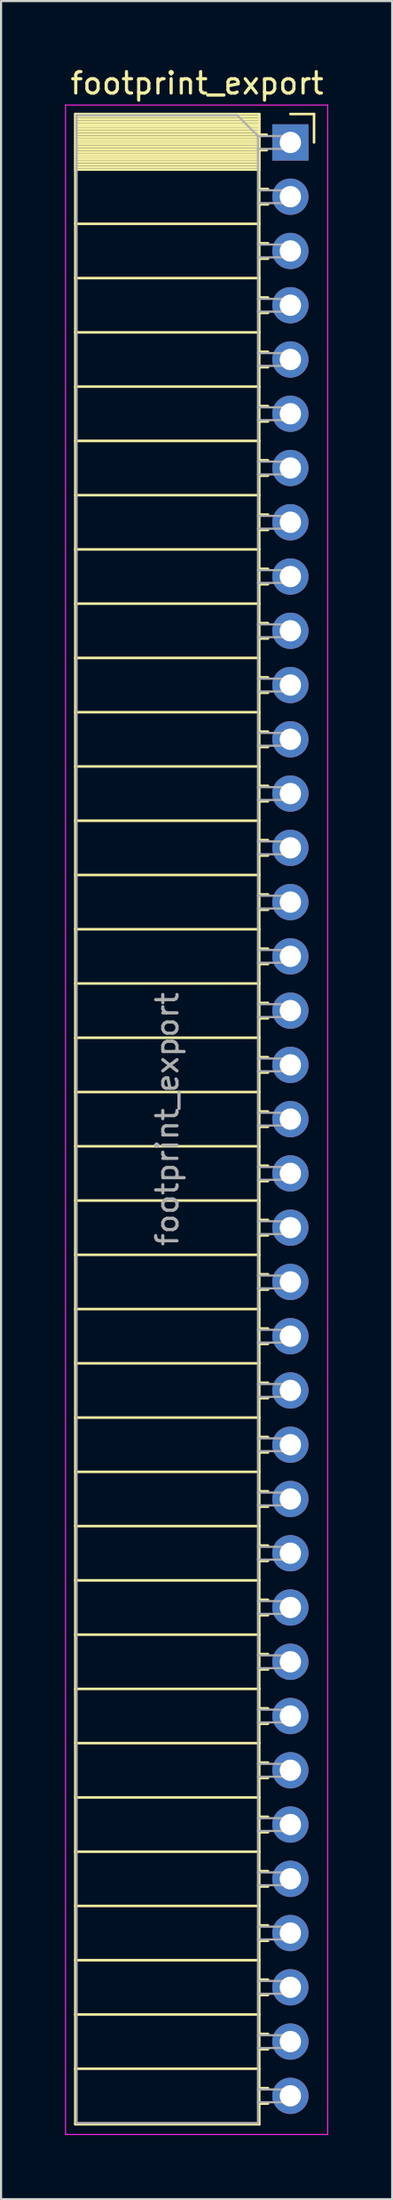
<source format=kicad_pcb>
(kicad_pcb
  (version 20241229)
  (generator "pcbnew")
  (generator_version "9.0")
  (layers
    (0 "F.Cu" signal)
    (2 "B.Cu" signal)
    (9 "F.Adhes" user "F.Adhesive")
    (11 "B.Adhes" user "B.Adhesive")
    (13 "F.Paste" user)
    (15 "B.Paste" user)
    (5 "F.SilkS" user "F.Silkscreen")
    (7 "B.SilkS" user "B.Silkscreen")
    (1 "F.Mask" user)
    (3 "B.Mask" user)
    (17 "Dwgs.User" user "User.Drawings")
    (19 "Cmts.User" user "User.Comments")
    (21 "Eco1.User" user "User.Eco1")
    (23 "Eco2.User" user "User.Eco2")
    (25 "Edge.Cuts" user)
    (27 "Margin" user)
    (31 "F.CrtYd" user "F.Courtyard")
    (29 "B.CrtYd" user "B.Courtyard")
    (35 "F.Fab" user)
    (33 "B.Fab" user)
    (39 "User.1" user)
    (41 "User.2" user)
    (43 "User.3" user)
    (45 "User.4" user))
  (footprint "footprint_export"
    (layer "F.Cu")
    (at 10.575 3.618)
    (property "Reference" "footprint_export" (at -4.38 -2.77 0) (layer "F.SilkS") (effects (font (size 1 1) (thickness 0.15))))
    (attr through_hole)
    (fp_line (start -10.09 -1.33) (end -10.09 92.77) (stroke (width 0.12) (type solid)) (layer "F.SilkS"))
    (fp_line (start -10.09 -1.33) (end -1.46 -1.33) (stroke (width 0.12) (type solid)) (layer "F.SilkS"))
    (fp_line (start -10.09 -1.21) (end -1.46 -1.21) (stroke (width 0.12) (type solid)) (layer "F.SilkS"))
    (fp_line (start -10.09 -1.092) (end -1.46 -1.092) (stroke (width 0.12) (type solid)) (layer "F.SilkS"))
    (fp_line (start -10.09 -0.974) (end -1.46 -0.974) (stroke (width 0.12) (type solid)) (layer "F.SilkS"))
    (fp_line (start -10.09 -0.856) (end -1.46 -0.856) (stroke (width 0.12) (type solid)) (layer "F.SilkS"))
    (fp_line (start -10.09 -0.738) (end -1.46 -0.738) (stroke (width 0.12) (type solid)) (layer "F.SilkS"))
    (fp_line (start -10.09 -0.62) (end -1.46 -0.62) (stroke (width 0.12) (type solid)) (layer "F.SilkS"))
    (fp_line (start -10.09 -0.501) (end -1.46 -0.501) (stroke (width 0.12) (type solid)) (layer "F.SilkS"))
    (fp_line (start -10.09 -0.383) (end -1.46 -0.383) (stroke (width 0.12) (type solid)) (layer "F.SilkS"))
    (fp_line (start -10.09 -0.265) (end -1.46 -0.265) (stroke (width 0.12) (type solid)) (layer "F.SilkS"))
    (fp_line (start -10.09 -0.147) (end -1.46 -0.147) (stroke (width 0.12) (type solid)) (layer "F.SilkS"))
    (fp_line (start -10.09 -0.029) (end -1.46 -0.029) (stroke (width 0.12) (type solid)) (layer "F.SilkS"))
    (fp_line (start -10.09 0.089) (end -1.46 0.089) (stroke (width 0.12) (type solid)) (layer "F.SilkS"))
    (fp_line (start -10.09 0.207) (end -1.46 0.207) (stroke (width 0.12) (type solid)) (layer "F.SilkS"))
    (fp_line (start -10.09 0.325) (end -1.46 0.325) (stroke (width 0.12) (type solid)) (layer "F.SilkS"))
    (fp_line (start -10.09 0.443) (end -1.46 0.443) (stroke (width 0.12) (type solid)) (layer "F.SilkS"))
    (fp_line (start -10.09 0.561) (end -1.46 0.561) (stroke (width 0.12) (type solid)) (layer "F.SilkS"))
    (fp_line (start -10.09 0.68) (end -1.46 0.68) (stroke (width 0.12) (type solid)) (layer "F.SilkS"))
    (fp_line (start -10.09 0.798) (end -1.46 0.798) (stroke (width 0.12) (type solid)) (layer "F.SilkS"))
    (fp_line (start -10.09 0.916) (end -1.46 0.916) (stroke (width 0.12) (type solid)) (layer "F.SilkS"))
    (fp_line (start -10.09 1.034) (end -1.46 1.034) (stroke (width 0.12) (type solid)) (layer "F.SilkS"))
    (fp_line (start -10.09 1.152) (end -1.46 1.152) (stroke (width 0.12) (type solid)) (layer "F.SilkS"))
    (fp_line (start -10.09 1.27) (end -1.46 1.27) (stroke (width 0.12) (type solid)) (layer "F.SilkS"))
    (fp_line (start -10.09 3.81) (end -1.46 3.81) (stroke (width 0.12) (type solid)) (layer "F.SilkS"))
    (fp_line (start -10.09 6.35) (end -1.46 6.35) (stroke (width 0.12) (type solid)) (layer "F.SilkS"))
    (fp_line (start -10.09 8.89) (end -1.46 8.89) (stroke (width 0.12) (type solid)) (layer "F.SilkS"))
    (fp_line (start -10.09 11.43) (end -1.46 11.43) (stroke (width 0.12) (type solid)) (layer "F.SilkS"))
    (fp_line (start -10.09 13.97) (end -1.46 13.97) (stroke (width 0.12) (type solid)) (layer "F.SilkS"))
    (fp_line (start -10.09 16.51) (end -1.46 16.51) (stroke (width 0.12) (type solid)) (layer "F.SilkS"))
    (fp_line (start -10.09 19.05) (end -1.46 19.05) (stroke (width 0.12) (type solid)) (layer "F.SilkS"))
    (fp_line (start -10.09 21.59) (end -1.46 21.59) (stroke (width 0.12) (type solid)) (layer "F.SilkS"))
    (fp_line (start -10.09 24.13) (end -1.46 24.13) (stroke (width 0.12) (type solid)) (layer "F.SilkS"))
    (fp_line (start -10.09 26.67) (end -1.46 26.67) (stroke (width 0.12) (type solid)) (layer "F.SilkS"))
    (fp_line (start -10.09 29.21) (end -1.46 29.21) (stroke (width 0.12) (type solid)) (layer "F.SilkS"))
    (fp_line (start -10.09 31.75) (end -1.46 31.75) (stroke (width 0.12) (type solid)) (layer "F.SilkS"))
    (fp_line (start -10.09 34.29) (end -1.46 34.29) (stroke (width 0.12) (type solid)) (layer "F.SilkS"))
    (fp_line (start -10.09 36.83) (end -1.46 36.83) (stroke (width 0.12) (type solid)) (layer "F.SilkS"))
    (fp_line (start -10.09 39.37) (end -1.46 39.37) (stroke (width 0.12) (type solid)) (layer "F.SilkS"))
    (fp_line (start -10.09 41.91) (end -1.46 41.91) (stroke (width 0.12) (type solid)) (layer "F.SilkS"))
    (fp_line (start -10.09 44.45) (end -1.46 44.45) (stroke (width 0.12) (type solid)) (layer "F.SilkS"))
    (fp_line (start -10.09 46.99) (end -1.46 46.99) (stroke (width 0.12) (type solid)) (layer "F.SilkS"))
    (fp_line (start -10.09 49.53) (end -1.46 49.53) (stroke (width 0.12) (type solid)) (layer "F.SilkS"))
    (fp_line (start -10.09 52.07) (end -1.46 52.07) (stroke (width 0.12) (type solid)) (layer "F.SilkS"))
    (fp_line (start -10.09 54.61) (end -1.46 54.61) (stroke (width 0.12) (type solid)) (layer "F.SilkS"))
    (fp_line (start -10.09 57.15) (end -1.46 57.15) (stroke (width 0.12) (type solid)) (layer "F.SilkS"))
    (fp_line (start -10.09 59.69) (end -1.46 59.69) (stroke (width 0.12) (type solid)) (layer "F.SilkS"))
    (fp_line (start -10.09 62.23) (end -1.46 62.23) (stroke (width 0.12) (type solid)) (layer "F.SilkS"))
    (fp_line (start -10.09 64.77) (end -1.46 64.77) (stroke (width 0.12) (type solid)) (layer "F.SilkS"))
    (fp_line (start -10.09 67.31) (end -1.46 67.31) (stroke (width 0.12) (type solid)) (layer "F.SilkS"))
    (fp_line (start -10.09 69.85) (end -1.46 69.85) (stroke (width 0.12) (type solid)) (layer "F.SilkS"))
    (fp_line (start -10.09 72.39) (end -1.46 72.39) (stroke (width 0.12) (type solid)) (layer "F.SilkS"))
    (fp_line (start -10.09 74.93) (end -1.46 74.93) (stroke (width 0.12) (type solid)) (layer "F.SilkS"))
    (fp_line (start -10.09 77.47) (end -1.46 77.47) (stroke (width 0.12) (type solid)) (layer "F.SilkS"))
    (fp_line (start -10.09 80.01) (end -1.46 80.01) (stroke (width 0.12) (type solid)) (layer "F.SilkS"))
    (fp_line (start -10.09 82.55) (end -1.46 82.55) (stroke (width 0.12) (type solid)) (layer "F.SilkS"))
    (fp_line (start -10.09 85.09) (end -1.46 85.09) (stroke (width 0.12) (type solid)) (layer "F.SilkS"))
    (fp_line (start -10.09 87.63) (end -1.46 87.63) (stroke (width 0.12) (type solid)) (layer "F.SilkS"))
    (fp_line (start -10.09 90.17) (end -1.46 90.17) (stroke (width 0.12) (type solid)) (layer "F.SilkS"))
    (fp_line (start -10.09 92.77) (end -1.46 92.77) (stroke (width 0.12) (type solid)) (layer "F.SilkS"))
    (fp_line (start -1.46 -1.33) (end -1.46 92.77) (stroke (width 0.12) (type solid)) (layer "F.SilkS"))
    (fp_line (start -1.46 -0.36) (end -1.11 -0.36) (stroke (width 0.12) (type solid)) (layer "F.SilkS"))
    (fp_line (start -1.46 0.36) (end -1.11 0.36) (stroke (width 0.12) (type solid)) (layer "F.SilkS"))
    (fp_line (start -1.46 2.18) (end -1.05 2.18) (stroke (width 0.12) (type solid)) (layer "F.SilkS"))
    (fp_line (start -1.46 2.9) (end -1.05 2.9) (stroke (width 0.12) (type solid)) (layer "F.SilkS"))
    (fp_line (start -1.46 4.72) (end -1.05 4.72) (stroke (width 0.12) (type solid)) (layer "F.SilkS"))
    (fp_line (start -1.46 5.44) (end -1.05 5.44) (stroke (width 0.12) (type solid)) (layer "F.SilkS"))
    (fp_line (start -1.46 7.26) (end -1.05 7.26) (stroke (width 0.12) (type solid)) (layer "F.SilkS"))
    (fp_line (start -1.46 7.98) (end -1.05 7.98) (stroke (width 0.12) (type solid)) (layer "F.SilkS"))
    (fp_line (start -1.46 9.8) (end -1.05 9.8) (stroke (width 0.12) (type solid)) (layer "F.SilkS"))
    (fp_line (start -1.46 10.52) (end -1.05 10.52) (stroke (width 0.12) (type solid)) (layer "F.SilkS"))
    (fp_line (start -1.46 12.34) (end -1.05 12.34) (stroke (width 0.12) (type solid)) (layer "F.SilkS"))
    (fp_line (start -1.46 13.06) (end -1.05 13.06) (stroke (width 0.12) (type solid)) (layer "F.SilkS"))
    (fp_line (start -1.46 14.88) (end -1.05 14.88) (stroke (width 0.12) (type solid)) (layer "F.SilkS"))
    (fp_line (start -1.46 15.6) (end -1.05 15.6) (stroke (width 0.12) (type solid)) (layer "F.SilkS"))
    (fp_line (start -1.46 17.42) (end -1.05 17.42) (stroke (width 0.12) (type solid)) (layer "F.SilkS"))
    (fp_line (start -1.46 18.14) (end -1.05 18.14) (stroke (width 0.12) (type solid)) (layer "F.SilkS"))
    (fp_line (start -1.46 19.96) (end -1.05 19.96) (stroke (width 0.12) (type solid)) (layer "F.SilkS"))
    (fp_line (start -1.46 20.68) (end -1.05 20.68) (stroke (width 0.12) (type solid)) (layer "F.SilkS"))
    (fp_line (start -1.46 22.5) (end -1.05 22.5) (stroke (width 0.12) (type solid)) (layer "F.SilkS"))
    (fp_line (start -1.46 23.22) (end -1.05 23.22) (stroke (width 0.12) (type solid)) (layer "F.SilkS"))
    (fp_line (start -1.46 25.04) (end -1.05 25.04) (stroke (width 0.12) (type solid)) (layer "F.SilkS"))
    (fp_line (start -1.46 25.76) (end -1.05 25.76) (stroke (width 0.12) (type solid)) (layer "F.SilkS"))
    (fp_line (start -1.46 27.58) (end -1.05 27.58) (stroke (width 0.12) (type solid)) (layer "F.SilkS"))
    (fp_line (start -1.46 28.3) (end -1.05 28.3) (stroke (width 0.12) (type solid)) (layer "F.SilkS"))
    (fp_line (start -1.46 30.12) (end -1.05 30.12) (stroke (width 0.12) (type solid)) (layer "F.SilkS"))
    (fp_line (start -1.46 30.84) (end -1.05 30.84) (stroke (width 0.12) (type solid)) (layer "F.SilkS"))
    (fp_line (start -1.46 32.66) (end -1.05 32.66) (stroke (width 0.12) (type solid)) (layer "F.SilkS"))
    (fp_line (start -1.46 33.38) (end -1.05 33.38) (stroke (width 0.12) (type solid)) (layer "F.SilkS"))
    (fp_line (start -1.46 35.2) (end -1.05 35.2) (stroke (width 0.12) (type solid)) (layer "F.SilkS"))
    (fp_line (start -1.46 35.92) (end -1.05 35.92) (stroke (width 0.12) (type solid)) (layer "F.SilkS"))
    (fp_line (start -1.46 37.74) (end -1.05 37.74) (stroke (width 0.12) (type solid)) (layer "F.SilkS"))
    (fp_line (start -1.46 38.46) (end -1.05 38.46) (stroke (width 0.12) (type solid)) (layer "F.SilkS"))
    (fp_line (start -1.46 40.28) (end -1.05 40.28) (stroke (width 0.12) (type solid)) (layer "F.SilkS"))
    (fp_line (start -1.46 41) (end -1.05 41) (stroke (width 0.12) (type solid)) (layer "F.SilkS"))
    (fp_line (start -1.46 42.82) (end -1.05 42.82) (stroke (width 0.12) (type solid)) (layer "F.SilkS"))
    (fp_line (start -1.46 43.54) (end -1.05 43.54) (stroke (width 0.12) (type solid)) (layer "F.SilkS"))
    (fp_line (start -1.46 45.36) (end -1.05 45.36) (stroke (width 0.12) (type solid)) (layer "F.SilkS"))
    (fp_line (start -1.46 46.08) (end -1.05 46.08) (stroke (width 0.12) (type solid)) (layer "F.SilkS"))
    (fp_line (start -1.46 47.9) (end -1.05 47.9) (stroke (width 0.12) (type solid)) (layer "F.SilkS"))
    (fp_line (start -1.46 48.62) (end -1.05 48.62) (stroke (width 0.12) (type solid)) (layer "F.SilkS"))
    (fp_line (start -1.46 50.44) (end -1.05 50.44) (stroke (width 0.12) (type solid)) (layer "F.SilkS"))
    (fp_line (start -1.46 51.16) (end -1.05 51.16) (stroke (width 0.12) (type solid)) (layer "F.SilkS"))
    (fp_line (start -1.46 52.98) (end -1.05 52.98) (stroke (width 0.12) (type solid)) (layer "F.SilkS"))
    (fp_line (start -1.46 53.7) (end -1.05 53.7) (stroke (width 0.12) (type solid)) (layer "F.SilkS"))
    (fp_line (start -1.46 55.52) (end -1.05 55.52) (stroke (width 0.12) (type solid)) (layer "F.SilkS"))
    (fp_line (start -1.46 56.24) (end -1.05 56.24) (stroke (width 0.12) (type solid)) (layer "F.SilkS"))
    (fp_line (start -1.46 58.06) (end -1.05 58.06) (stroke (width 0.12) (type solid)) (layer "F.SilkS"))
    (fp_line (start -1.46 58.78) (end -1.05 58.78) (stroke (width 0.12) (type solid)) (layer "F.SilkS"))
    (fp_line (start -1.46 60.6) (end -1.05 60.6) (stroke (width 0.12) (type solid)) (layer "F.SilkS"))
    (fp_line (start -1.46 61.32) (end -1.05 61.32) (stroke (width 0.12) (type solid)) (layer "F.SilkS"))
    (fp_line (start -1.46 63.14) (end -1.05 63.14) (stroke (width 0.12) (type solid)) (layer "F.SilkS"))
    (fp_line (start -1.46 63.86) (end -1.05 63.86) (stroke (width 0.12) (type solid)) (layer "F.SilkS"))
    (fp_line (start -1.46 65.68) (end -1.05 65.68) (stroke (width 0.12) (type solid)) (layer "F.SilkS"))
    (fp_line (start -1.46 66.4) (end -1.05 66.4) (stroke (width 0.12) (type solid)) (layer "F.SilkS"))
    (fp_line (start -1.46 68.22) (end -1.05 68.22) (stroke (width 0.12) (type solid)) (layer "F.SilkS"))
    (fp_line (start -1.46 68.94) (end -1.05 68.94) (stroke (width 0.12) (type solid)) (layer "F.SilkS"))
    (fp_line (start -1.46 70.76) (end -1.05 70.76) (stroke (width 0.12) (type solid)) (layer "F.SilkS"))
    (fp_line (start -1.46 71.48) (end -1.05 71.48) (stroke (width 0.12) (type solid)) (layer "F.SilkS"))
    (fp_line (start -1.46 73.3) (end -1.05 73.3) (stroke (width 0.12) (type solid)) (layer "F.SilkS"))
    (fp_line (start -1.46 74.02) (end -1.05 74.02) (stroke (width 0.12) (type solid)) (layer "F.SilkS"))
    (fp_line (start -1.46 75.84) (end -1.05 75.84) (stroke (width 0.12) (type solid)) (layer "F.SilkS"))
    (fp_line (start -1.46 76.56) (end -1.05 76.56) (stroke (width 0.12) (type solid)) (layer "F.SilkS"))
    (fp_line (start -1.46 78.38) (end -1.05 78.38) (stroke (width 0.12) (type solid)) (layer "F.SilkS"))
    (fp_line (start -1.46 79.1) (end -1.05 79.1) (stroke (width 0.12) (type solid)) (layer "F.SilkS"))
    (fp_line (start -1.46 80.92) (end -1.05 80.92) (stroke (width 0.12) (type solid)) (layer "F.SilkS"))
    (fp_line (start -1.46 81.64) (end -1.05 81.64) (stroke (width 0.12) (type solid)) (layer "F.SilkS"))
    (fp_line (start -1.46 83.46) (end -1.05 83.46) (stroke (width 0.12) (type solid)) (layer "F.SilkS"))
    (fp_line (start -1.46 84.18) (end -1.05 84.18) (stroke (width 0.12) (type solid)) (layer "F.SilkS"))
    (fp_line (start -1.46 86) (end -1.05 86) (stroke (width 0.12) (type solid)) (layer "F.SilkS"))
    (fp_line (start -1.46 86.72) (end -1.05 86.72) (stroke (width 0.12) (type solid)) (layer "F.SilkS"))
    (fp_line (start -1.46 88.54) (end -1.05 88.54) (stroke (width 0.12) (type solid)) (layer "F.SilkS"))
    (fp_line (start -1.46 89.26) (end -1.05 89.26) (stroke (width 0.12) (type solid)) (layer "F.SilkS"))
    (fp_line (start -1.46 91.08) (end -1.05 91.08) (stroke (width 0.12) (type solid)) (layer "F.SilkS"))
    (fp_line (start -1.46 91.8) (end -1.05 91.8) (stroke (width 0.12) (type solid)) (layer "F.SilkS"))
    (fp_line (start 0 -1.33) (end 1.11 -1.33) (stroke (width 0.12) (type solid)) (layer "F.SilkS"))
    (fp_line (start 1.11 -1.33) (end 1.11 0) (stroke (width 0.12) (type solid)) (layer "F.SilkS"))
    (fp_line (start -10.55 -1.75) (end -10.55 93.25) (stroke (width 0.05) (type solid)) (layer "F.CrtYd"))
    (fp_line (start -10.55 93.25) (end 1.75 93.25) (stroke (width 0.05) (type solid)) (layer "F.CrtYd"))
    (fp_line (start 1.75 -1.75) (end -10.55 -1.75) (stroke (width 0.05) (type solid)) (layer "F.CrtYd"))
    (fp_line (start 1.75 93.25) (end 1.75 -1.75) (stroke (width 0.05) (type solid)) (layer "F.CrtYd"))
    (fp_line (start -10.03 -1.27) (end -2.49 -1.27) (stroke (width 0.1) (type solid)) (layer "F.Fab"))
    (fp_line (start -10.03 92.71) (end -10.03 -1.27) (stroke (width 0.1) (type solid)) (layer "F.Fab"))
    (fp_line (start -2.49 -1.27) (end -1.52 -0.3) (stroke (width 0.1) (type solid)) (layer "F.Fab"))
    (fp_line (start -1.52 -0.3) (end -1.52 92.71) (stroke (width 0.1) (type solid)) (layer "F.Fab"))
    (fp_line (start -1.52 0.3) (end 0 0.3) (stroke (width 0.1) (type solid)) (layer "F.Fab"))
    (fp_line (start -1.52 2.84) (end 0 2.84) (stroke (width 0.1) (type solid)) (layer "F.Fab"))
    (fp_line (start -1.52 5.38) (end 0 5.38) (stroke (width 0.1) (type solid)) (layer "F.Fab"))
    (fp_line (start -1.52 7.92) (end 0 7.92) (stroke (width 0.1) (type solid)) (layer "F.Fab"))
    (fp_line (start -1.52 10.46) (end 0 10.46) (stroke (width 0.1) (type solid)) (layer "F.Fab"))
    (fp_line (start -1.52 13) (end 0 13) (stroke (width 0.1) (type solid)) (layer "F.Fab"))
    (fp_line (start -1.52 15.54) (end 0 15.54) (stroke (width 0.1) (type solid)) (layer "F.Fab"))
    (fp_line (start -1.52 18.08) (end 0 18.08) (stroke (width 0.1) (type solid)) (layer "F.Fab"))
    (fp_line (start -1.52 20.62) (end 0 20.62) (stroke (width 0.1) (type solid)) (layer "F.Fab"))
    (fp_line (start -1.52 23.16) (end 0 23.16) (stroke (width 0.1) (type solid)) (layer "F.Fab"))
    (fp_line (start -1.52 25.7) (end 0 25.7) (stroke (width 0.1) (type solid)) (layer "F.Fab"))
    (fp_line (start -1.52 28.24) (end 0 28.24) (stroke (width 0.1) (type solid)) (layer "F.Fab"))
    (fp_line (start -1.52 30.78) (end 0 30.78) (stroke (width 0.1) (type solid)) (layer "F.Fab"))
    (fp_line (start -1.52 33.32) (end 0 33.32) (stroke (width 0.1) (type solid)) (layer "F.Fab"))
    (fp_line (start -1.52 35.86) (end 0 35.86) (stroke (width 0.1) (type solid)) (layer "F.Fab"))
    (fp_line (start -1.52 38.4) (end 0 38.4) (stroke (width 0.1) (type solid)) (layer "F.Fab"))
    (fp_line (start -1.52 40.94) (end 0 40.94) (stroke (width 0.1) (type solid)) (layer "F.Fab"))
    (fp_line (start -1.52 43.48) (end 0 43.48) (stroke (width 0.1) (type solid)) (layer "F.Fab"))
    (fp_line (start -1.52 46.02) (end 0 46.02) (stroke (width 0.1) (type solid)) (layer "F.Fab"))
    (fp_line (start -1.52 48.56) (end 0 48.56) (stroke (width 0.1) (type solid)) (layer "F.Fab"))
    (fp_line (start -1.52 51.1) (end 0 51.1) (stroke (width 0.1) (type solid)) (layer "F.Fab"))
    (fp_line (start -1.52 53.64) (end 0 53.64) (stroke (width 0.1) (type solid)) (layer "F.Fab"))
    (fp_line (start -1.52 56.18) (end 0 56.18) (stroke (width 0.1) (type solid)) (layer "F.Fab"))
    (fp_line (start -1.52 58.72) (end 0 58.72) (stroke (width 0.1) (type solid)) (layer "F.Fab"))
    (fp_line (start -1.52 61.26) (end 0 61.26) (stroke (width 0.1) (type solid)) (layer "F.Fab"))
    (fp_line (start -1.52 63.8) (end 0 63.8) (stroke (width 0.1) (type solid)) (layer "F.Fab"))
    (fp_line (start -1.52 66.34) (end 0 66.34) (stroke (width 0.1) (type solid)) (layer "F.Fab"))
    (fp_line (start -1.52 68.88) (end 0 68.88) (stroke (width 0.1) (type solid)) (layer "F.Fab"))
    (fp_line (start -1.52 71.42) (end 0 71.42) (stroke (width 0.1) (type solid)) (layer "F.Fab"))
    (fp_line (start -1.52 73.96) (end 0 73.96) (stroke (width 0.1) (type solid)) (layer "F.Fab"))
    (fp_line (start -1.52 76.5) (end 0 76.5) (stroke (width 0.1) (type solid)) (layer "F.Fab"))
    (fp_line (start -1.52 79.04) (end 0 79.04) (stroke (width 0.1) (type solid)) (layer "F.Fab"))
    (fp_line (start -1.52 81.58) (end 0 81.58) (stroke (width 0.1) (type solid)) (layer "F.Fab"))
    (fp_line (start -1.52 84.12) (end 0 84.12) (stroke (width 0.1) (type solid)) (layer "F.Fab"))
    (fp_line (start -1.52 86.66) (end 0 86.66) (stroke (width 0.1) (type solid)) (layer "F.Fab"))
    (fp_line (start -1.52 89.2) (end 0 89.2) (stroke (width 0.1) (type solid)) (layer "F.Fab"))
    (fp_line (start -1.52 91.74) (end 0 91.74) (stroke (width 0.1) (type solid)) (layer "F.Fab"))
    (fp_line (start -1.52 92.71) (end -10.03 92.71) (stroke (width 0.1) (type solid)) (layer "F.Fab"))
    (fp_line (start 0 -0.3) (end -1.52 -0.3) (stroke (width 0.1) (type solid)) (layer "F.Fab"))
    (fp_line (start 0 0.3) (end 0 -0.3) (stroke (width 0.1) (type solid)) (layer "F.Fab"))
    (fp_line (start 0 2.24) (end -1.52 2.24) (stroke (width 0.1) (type solid)) (layer "F.Fab"))
    (fp_line (start 0 2.84) (end 0 2.24) (stroke (width 0.1) (type solid)) (layer "F.Fab"))
    (fp_line (start 0 4.78) (end -1.52 4.78) (stroke (width 0.1) (type solid)) (layer "F.Fab"))
    (fp_line (start 0 5.38) (end 0 4.78) (stroke (width 0.1) (type solid)) (layer "F.Fab"))
    (fp_line (start 0 7.32) (end -1.52 7.32) (stroke (width 0.1) (type solid)) (layer "F.Fab"))
    (fp_line (start 0 7.92) (end 0 7.32) (stroke (width 0.1) (type solid)) (layer "F.Fab"))
    (fp_line (start 0 9.86) (end -1.52 9.86) (stroke (width 0.1) (type solid)) (layer "F.Fab"))
    (fp_line (start 0 10.46) (end 0 9.86) (stroke (width 0.1) (type solid)) (layer "F.Fab"))
    (fp_line (start 0 12.4) (end -1.52 12.4) (stroke (width 0.1) (type solid)) (layer "F.Fab"))
    (fp_line (start 0 13) (end 0 12.4) (stroke (width 0.1) (type solid)) (layer "F.Fab"))
    (fp_line (start 0 14.94) (end -1.52 14.94) (stroke (width 0.1) (type solid)) (layer "F.Fab"))
    (fp_line (start 0 15.54) (end 0 14.94) (stroke (width 0.1) (type solid)) (layer "F.Fab"))
    (fp_line (start 0 17.48) (end -1.52 17.48) (stroke (width 0.1) (type solid)) (layer "F.Fab"))
    (fp_line (start 0 18.08) (end 0 17.48) (stroke (width 0.1) (type solid)) (layer "F.Fab"))
    (fp_line (start 0 20.02) (end -1.52 20.02) (stroke (width 0.1) (type solid)) (layer "F.Fab"))
    (fp_line (start 0 20.62) (end 0 20.02) (stroke (width 0.1) (type solid)) (layer "F.Fab"))
    (fp_line (start 0 22.56) (end -1.52 22.56) (stroke (width 0.1) (type solid)) (layer "F.Fab"))
    (fp_line (start 0 23.16) (end 0 22.56) (stroke (width 0.1) (type solid)) (layer "F.Fab"))
    (fp_line (start 0 25.1) (end -1.52 25.1) (stroke (width 0.1) (type solid)) (layer "F.Fab"))
    (fp_line (start 0 25.7) (end 0 25.1) (stroke (width 0.1) (type solid)) (layer "F.Fab"))
    (fp_line (start 0 27.64) (end -1.52 27.64) (stroke (width 0.1) (type solid)) (layer "F.Fab"))
    (fp_line (start 0 28.24) (end 0 27.64) (stroke (width 0.1) (type solid)) (layer "F.Fab"))
    (fp_line (start 0 30.18) (end -1.52 30.18) (stroke (width 0.1) (type solid)) (layer "F.Fab"))
    (fp_line (start 0 30.78) (end 0 30.18) (stroke (width 0.1) (type solid)) (layer "F.Fab"))
    (fp_line (start 0 32.72) (end -1.52 32.72) (stroke (width 0.1) (type solid)) (layer "F.Fab"))
    (fp_line (start 0 33.32) (end 0 32.72) (stroke (width 0.1) (type solid)) (layer "F.Fab"))
    (fp_line (start 0 35.26) (end -1.52 35.26) (stroke (width 0.1) (type solid)) (layer "F.Fab"))
    (fp_line (start 0 35.86) (end 0 35.26) (stroke (width 0.1) (type solid)) (layer "F.Fab"))
    (fp_line (start 0 37.8) (end -1.52 37.8) (stroke (width 0.1) (type solid)) (layer "F.Fab"))
    (fp_line (start 0 38.4) (end 0 37.8) (stroke (width 0.1) (type solid)) (layer "F.Fab"))
    (fp_line (start 0 40.34) (end -1.52 40.34) (stroke (width 0.1) (type solid)) (layer "F.Fab"))
    (fp_line (start 0 40.94) (end 0 40.34) (stroke (width 0.1) (type solid)) (layer "F.Fab"))
    (fp_line (start 0 42.88) (end -1.52 42.88) (stroke (width 0.1) (type solid)) (layer "F.Fab"))
    (fp_line (start 0 43.48) (end 0 42.88) (stroke (width 0.1) (type solid)) (layer "F.Fab"))
    (fp_line (start 0 45.42) (end -1.52 45.42) (stroke (width 0.1) (type solid)) (layer "F.Fab"))
    (fp_line (start 0 46.02) (end 0 45.42) (stroke (width 0.1) (type solid)) (layer "F.Fab"))
    (fp_line (start 0 47.96) (end -1.52 47.96) (stroke (width 0.1) (type solid)) (layer "F.Fab"))
    (fp_line (start 0 48.56) (end 0 47.96) (stroke (width 0.1) (type solid)) (layer "F.Fab"))
    (fp_line (start 0 50.5) (end -1.52 50.5) (stroke (width 0.1) (type solid)) (layer "F.Fab"))
    (fp_line (start 0 51.1) (end 0 50.5) (stroke (width 0.1) (type solid)) (layer "F.Fab"))
    (fp_line (start 0 53.04) (end -1.52 53.04) (stroke (width 0.1) (type solid)) (layer "F.Fab"))
    (fp_line (start 0 53.64) (end 0 53.04) (stroke (width 0.1) (type solid)) (layer "F.Fab"))
    (fp_line (start 0 55.58) (end -1.52 55.58) (stroke (width 0.1) (type solid)) (layer "F.Fab"))
    (fp_line (start 0 56.18) (end 0 55.58) (stroke (width 0.1) (type solid)) (layer "F.Fab"))
    (fp_line (start 0 58.12) (end -1.52 58.12) (stroke (width 0.1) (type solid)) (layer "F.Fab"))
    (fp_line (start 0 58.72) (end 0 58.12) (stroke (width 0.1) (type solid)) (layer "F.Fab"))
    (fp_line (start 0 60.66) (end -1.52 60.66) (stroke (width 0.1) (type solid)) (layer "F.Fab"))
    (fp_line (start 0 61.26) (end 0 60.66) (stroke (width 0.1) (type solid)) (layer "F.Fab"))
    (fp_line (start 0 63.2) (end -1.52 63.2) (stroke (width 0.1) (type solid)) (layer "F.Fab"))
    (fp_line (start 0 63.8) (end 0 63.2) (stroke (width 0.1) (type solid)) (layer "F.Fab"))
    (fp_line (start 0 65.74) (end -1.52 65.74) (stroke (width 0.1) (type solid)) (layer "F.Fab"))
    (fp_line (start 0 66.34) (end 0 65.74) (stroke (width 0.1) (type solid)) (layer "F.Fab"))
    (fp_line (start 0 68.28) (end -1.52 68.28) (stroke (width 0.1) (type solid)) (layer "F.Fab"))
    (fp_line (start 0 68.88) (end 0 68.28) (stroke (width 0.1) (type solid)) (layer "F.Fab"))
    (fp_line (start 0 70.82) (end -1.52 70.82) (stroke (width 0.1) (type solid)) (layer "F.Fab"))
    (fp_line (start 0 71.42) (end 0 70.82) (stroke (width 0.1) (type solid)) (layer "F.Fab"))
    (fp_line (start 0 73.36) (end -1.52 73.36) (stroke (width 0.1) (type solid)) (layer "F.Fab"))
    (fp_line (start 0 73.96) (end 0 73.36) (stroke (width 0.1) (type solid)) (layer "F.Fab"))
    (fp_line (start 0 75.9) (end -1.52 75.9) (stroke (width 0.1) (type solid)) (layer "F.Fab"))
    (fp_line (start 0 76.5) (end 0 75.9) (stroke (width 0.1) (type solid)) (layer "F.Fab"))
    (fp_line (start 0 78.44) (end -1.52 78.44) (stroke (width 0.1) (type solid)) (layer "F.Fab"))
    (fp_line (start 0 79.04) (end 0 78.44) (stroke (width 0.1) (type solid)) (layer "F.Fab"))
    (fp_line (start 0 80.98) (end -1.52 80.98) (stroke (width 0.1) (type solid)) (layer "F.Fab"))
    (fp_line (start 0 81.58) (end 0 80.98) (stroke (width 0.1) (type solid)) (layer "F.Fab"))
    (fp_line (start 0 83.52) (end -1.52 83.52) (stroke (width 0.1) (type solid)) (layer "F.Fab"))
    (fp_line (start 0 84.12) (end 0 83.52) (stroke (width 0.1) (type solid)) (layer "F.Fab"))
    (fp_line (start 0 86.06) (end -1.52 86.06) (stroke (width 0.1) (type solid)) (layer "F.Fab"))
    (fp_line (start 0 86.66) (end 0 86.06) (stroke (width 0.1) (type solid)) (layer "F.Fab"))
    (fp_line (start 0 88.6) (end -1.52 88.6) (stroke (width 0.1) (type solid)) (layer "F.Fab"))
    (fp_line (start 0 89.2) (end 0 88.6) (stroke (width 0.1) (type solid)) (layer "F.Fab"))
    (fp_line (start 0 91.14) (end -1.52 91.14) (stroke (width 0.1) (type solid)) (layer "F.Fab"))
    (fp_line (start 0 91.74) (end 0 91.14) (stroke (width 0.1) (type solid)) (layer "F.Fab"))
    (fp_text user "${REFERENCE}" (at -5.775 45.72 90) (layer "F.Fab") (effects (font (size 1 1) (thickness 0.15))))
    (pad "1" thru_hole rect (at 0 0) (size 1.7 1.7) (drill 1) (layers "*.Cu" "*.Mask"))
    (pad "2" thru_hole oval (at 0 2.54) (size 1.7 1.7) (drill 1) (layers "*.Cu" "*.Mask"))
    (pad "3" thru_hole oval (at 0 5.08) (size 1.7 1.7) (drill 1) (layers "*.Cu" "*.Mask"))
    (pad "4" thru_hole oval (at 0 7.62) (size 1.7 1.7) (drill 1) (layers "*.Cu" "*.Mask"))
    (pad "5" thru_hole oval (at 0 10.16) (size 1.7 1.7) (drill 1) (layers "*.Cu" "*.Mask"))
    (pad "6" thru_hole oval (at 0 12.7) (size 1.7 1.7) (drill 1) (layers "*.Cu" "*.Mask"))
    (pad "7" thru_hole oval (at 0 15.24) (size 1.7 1.7) (drill 1) (layers "*.Cu" "*.Mask"))
    (pad "8" thru_hole oval (at 0 17.78) (size 1.7 1.7) (drill 1) (layers "*.Cu" "*.Mask"))
    (pad "9" thru_hole oval (at 0 20.32) (size 1.7 1.7) (drill 1) (layers "*.Cu" "*.Mask"))
    (pad "10" thru_hole oval (at 0 22.86) (size 1.7 1.7) (drill 1) (layers "*.Cu" "*.Mask"))
    (pad "11" thru_hole oval (at 0 25.4) (size 1.7 1.7) (drill 1) (layers "*.Cu" "*.Mask"))
    (pad "12" thru_hole oval (at 0 27.94) (size 1.7 1.7) (drill 1) (layers "*.Cu" "*.Mask"))
    (pad "13" thru_hole oval (at 0 30.48) (size 1.7 1.7) (drill 1) (layers "*.Cu" "*.Mask"))
    (pad "14" thru_hole oval (at 0 33.02) (size 1.7 1.7) (drill 1) (layers "*.Cu" "*.Mask"))
    (pad "15" thru_hole oval (at 0 35.56) (size 1.7 1.7) (drill 1) (layers "*.Cu" "*.Mask"))
    (pad "16" thru_hole oval (at 0 38.1) (size 1.7 1.7) (drill 1) (layers "*.Cu" "*.Mask"))
    (pad "17" thru_hole oval (at 0 40.64) (size 1.7 1.7) (drill 1) (layers "*.Cu" "*.Mask"))
    (pad "18" thru_hole oval (at 0 43.18) (size 1.7 1.7) (drill 1) (layers "*.Cu" "*.Mask"))
    (pad "19" thru_hole oval (at 0 45.72) (size 1.7 1.7) (drill 1) (layers "*.Cu" "*.Mask"))
    (pad "20" thru_hole oval (at 0 48.26) (size 1.7 1.7) (drill 1) (layers "*.Cu" "*.Mask"))
    (pad "21" thru_hole oval (at 0 50.8) (size 1.7 1.7) (drill 1) (layers "*.Cu" "*.Mask"))
    (pad "22" thru_hole oval (at 0 53.34) (size 1.7 1.7) (drill 1) (layers "*.Cu" "*.Mask"))
    (pad "23" thru_hole oval (at 0 55.88) (size 1.7 1.7) (drill 1) (layers "*.Cu" "*.Mask"))
    (pad "24" thru_hole oval (at 0 58.42) (size 1.7 1.7) (drill 1) (layers "*.Cu" "*.Mask"))
    (pad "25" thru_hole oval (at 0 60.96) (size 1.7 1.7) (drill 1) (layers "*.Cu" "*.Mask"))
    (pad "26" thru_hole oval (at 0 63.5) (size 1.7 1.7) (drill 1) (layers "*.Cu" "*.Mask"))
    (pad "27" thru_hole oval (at 0 66.04) (size 1.7 1.7) (drill 1) (layers "*.Cu" "*.Mask"))
    (pad "28" thru_hole oval (at 0 68.58) (size 1.7 1.7) (drill 1) (layers "*.Cu" "*.Mask"))
    (pad "29" thru_hole oval (at 0 71.12) (size 1.7 1.7) (drill 1) (layers "*.Cu" "*.Mask"))
    (pad "30" thru_hole oval (at 0 73.66) (size 1.7 1.7) (drill 1) (layers "*.Cu" "*.Mask"))
    (pad "31" thru_hole oval (at 0 76.2) (size 1.7 1.7) (drill 1) (layers "*.Cu" "*.Mask"))
    (pad "32" thru_hole oval (at 0 78.74) (size 1.7 1.7) (drill 1) (layers "*.Cu" "*.Mask"))
    (pad "33" thru_hole oval (at 0 81.28) (size 1.7 1.7) (drill 1) (layers "*.Cu" "*.Mask"))
    (pad "34" thru_hole oval (at 0 83.82) (size 1.7 1.7) (drill 1) (layers "*.Cu" "*.Mask"))
    (pad "35" thru_hole oval (at 0 86.36) (size 1.7 1.7) (drill 1) (layers "*.Cu" "*.Mask"))
    (pad "36" thru_hole oval (at 0 88.9) (size 1.7 1.7) (drill 1) (layers "*.Cu" "*.Mask"))
    (pad "37" thru_hole oval (at 0 91.44) (size 1.7 1.7) (drill 1) (layers "*.Cu" "*.Mask")))
  (gr_rect
    (start -3 -3)
    (end 15.35 99.893)
    (stroke (width 0.1) (type default))
    (fill no)
    (layer "Edge.Cuts")))
</source>
